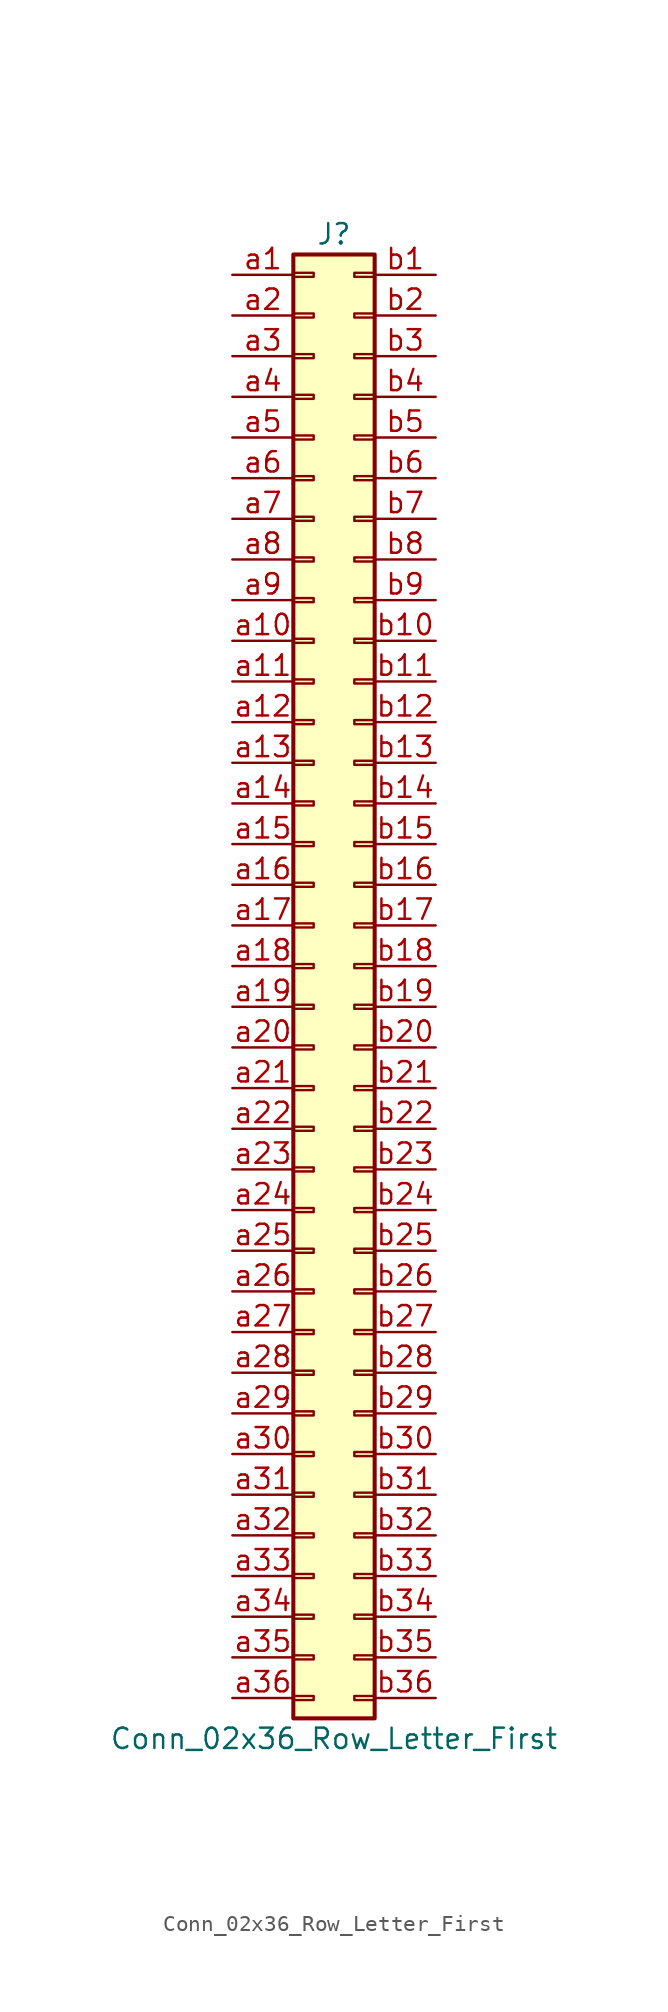
<source format=kicad_sym>
(kicad_symbol_lib
  (version 20201005)
  (generator kicad_symbol_editor)
  (symbol "Conn_02x36_Row_Letter_First"
    (pin_names
      (offset 1.016) hide)
    (property "Reference" "J"
      (at 1.27 45.72 0)
      (effects (font (size 1.27 1.27))))
    (property "Value" "Conn_02x36_Row_Letter_First"
      (at 1.27 -48.26 0)
      (effects (font (size 1.27 1.27))))
    (symbol "Conn_02x36_Row_Letter_First_1_1"
      (rectangle (start -1.27 -45.593) (end 0 -45.847) (stroke (width 0.152)) (fill (type none)))
      (rectangle (start -1.27 -43.053) (end 0 -43.307) (stroke (width 0.152)) (fill (type none)))
      (rectangle (start -1.27 -40.513) (end 0 -40.767) (stroke (width 0.152)) (fill (type none)))
      (rectangle (start -1.27 -37.973) (end 0 -38.227) (stroke (width 0.152)) (fill (type none)))
      (rectangle (start -1.27 -35.433) (end 0 -35.687) (stroke (width 0.152)) (fill (type none)))
      (rectangle (start -1.27 -32.893) (end 0 -33.147) (stroke (width 0.152)) (fill (type none)))
      (rectangle (start -1.27 -30.353) (end 0 -30.607) (stroke (width 0.152)) (fill (type none)))
      (rectangle (start -1.27 -27.813) (end 0 -28.067) (stroke (width 0.152)) (fill (type none)))
      (rectangle (start -1.27 -25.273) (end 0 -25.527) (stroke (width 0.152)) (fill (type none)))
      (rectangle (start -1.27 -22.733) (end 0 -22.987) (stroke (width 0.152)) (fill (type none)))
      (rectangle (start -1.27 -20.193) (end 0 -20.447) (stroke (width 0.152)) (fill (type none)))
      (rectangle (start -1.27 -17.653) (end 0 -17.907) (stroke (width 0.152)) (fill (type none)))
      (rectangle (start -1.27 -15.113) (end 0 -15.367) (stroke (width 0.152)) (fill (type none)))
      (rectangle (start -1.27 -12.573) (end 0 -12.827) (stroke (width 0.152)) (fill (type none)))
      (rectangle (start -1.27 -10.033) (end 0 -10.287) (stroke (width 0.152)) (fill (type none)))
      (rectangle (start -1.27 -7.493) (end 0 -7.747) (stroke (width 0.152)) (fill (type none)))
      (rectangle (start -1.27 -4.953) (end 0 -5.207) (stroke (width 0.152)) (fill (type none)))
      (rectangle (start -1.27 -2.413) (end 0 -2.667) (stroke (width 0.152)) (fill (type none)))
      (rectangle (start -1.27 0.127) (end 0 -0.127) (stroke (width 0.152)) (fill (type none)))
      (rectangle (start -1.27 2.667) (end 0 2.413) (stroke (width 0.152)) (fill (type none)))
      (rectangle (start -1.27 5.207) (end 0 4.953) (stroke (width 0.152)) (fill (type none)))
      (rectangle (start -1.27 7.747) (end 0 7.493) (stroke (width 0.152)) (fill (type none)))
      (rectangle (start -1.27 10.287) (end 0 10.033) (stroke (width 0.152)) (fill (type none)))
      (rectangle (start -1.27 12.827) (end 0 12.573) (stroke (width 0.152)) (fill (type none)))
      (rectangle (start -1.27 15.367) (end 0 15.113) (stroke (width 0.152)) (fill (type none)))
      (rectangle (start -1.27 17.907) (end 0 17.653) (stroke (width 0.152)) (fill (type none)))
      (rectangle (start -1.27 20.447) (end 0 20.193) (stroke (width 0.152)) (fill (type none)))
      (rectangle (start -1.27 22.987) (end 0 22.733) (stroke (width 0.152)) (fill (type none)))
      (rectangle (start -1.27 25.527) (end 0 25.273) (stroke (width 0.152)) (fill (type none)))
      (rectangle (start -1.27 28.067) (end 0 27.813) (stroke (width 0.152)) (fill (type none)))
      (rectangle (start -1.27 30.607) (end 0 30.353) (stroke (width 0.152)) (fill (type none)))
      (rectangle (start -1.27 33.147) (end 0 32.893) (stroke (width 0.152)) (fill (type none)))
      (rectangle (start -1.27 35.687) (end 0 35.433) (stroke (width 0.152)) (fill (type none)))
      (rectangle (start -1.27 38.227) (end 0 37.973) (stroke (width 0.152)) (fill (type none)))
      (rectangle (start -1.27 40.767) (end 0 40.513) (stroke (width 0.152)) (fill (type none)))
      (rectangle (start -1.27 43.307) (end 0 43.053) (stroke (width 0.152)) (fill (type none)))
      (rectangle (start 3.81 -45.593) (end 2.54 -45.847) (stroke (width 0.152)) (fill (type none)))
      (rectangle (start 3.81 -43.053) (end 2.54 -43.307) (stroke (width 0.152)) (fill (type none)))
      (rectangle (start 3.81 -40.513) (end 2.54 -40.767) (stroke (width 0.152)) (fill (type none)))
      (rectangle (start 3.81 -37.973) (end 2.54 -38.227) (stroke (width 0.152)) (fill (type none)))
      (rectangle (start 3.81 -35.433) (end 2.54 -35.687) (stroke (width 0.152)) (fill (type none)))
      (rectangle (start 3.81 -32.893) (end 2.54 -33.147) (stroke (width 0.152)) (fill (type none)))
      (rectangle (start 3.81 -30.353) (end 2.54 -30.607) (stroke (width 0.152)) (fill (type none)))
      (rectangle (start 3.81 -27.813) (end 2.54 -28.067) (stroke (width 0.152)) (fill (type none)))
      (rectangle (start 3.81 -25.273) (end 2.54 -25.527) (stroke (width 0.152)) (fill (type none)))
      (rectangle (start 3.81 -22.733) (end 2.54 -22.987) (stroke (width 0.152)) (fill (type none)))
      (rectangle (start 3.81 -20.193) (end 2.54 -20.447) (stroke (width 0.152)) (fill (type none)))
      (rectangle (start 3.81 -17.653) (end 2.54 -17.907) (stroke (width 0.152)) (fill (type none)))
      (rectangle (start 3.81 -15.113) (end 2.54 -15.367) (stroke (width 0.152)) (fill (type none)))
      (rectangle (start 3.81 -12.573) (end 2.54 -12.827) (stroke (width 0.152)) (fill (type none)))
      (rectangle (start 3.81 -10.033) (end 2.54 -10.287) (stroke (width 0.152)) (fill (type none)))
      (rectangle (start 3.81 -7.493) (end 2.54 -7.747) (stroke (width 0.152)) (fill (type none)))
      (rectangle (start 3.81 -4.953) (end 2.54 -5.207) (stroke (width 0.152)) (fill (type none)))
      (rectangle (start 3.81 -2.413) (end 2.54 -2.667) (stroke (width 0.152)) (fill (type none)))
      (rectangle (start 3.81 0.127) (end 2.54 -0.127) (stroke (width 0.152)) (fill (type none)))
      (rectangle (start 3.81 2.667) (end 2.54 2.413) (stroke (width 0.152)) (fill (type none)))
      (rectangle (start 3.81 5.207) (end 2.54 4.953) (stroke (width 0.152)) (fill (type none)))
      (rectangle (start 3.81 7.747) (end 2.54 7.493) (stroke (width 0.152)) (fill (type none)))
      (rectangle (start 3.81 10.287) (end 2.54 10.033) (stroke (width 0.152)) (fill (type none)))
      (rectangle (start 3.81 12.827) (end 2.54 12.573) (stroke (width 0.152)) (fill (type none)))
      (rectangle (start 3.81 15.367) (end 2.54 15.113) (stroke (width 0.152)) (fill (type none)))
      (rectangle (start 3.81 17.907) (end 2.54 17.653) (stroke (width 0.152)) (fill (type none)))
      (rectangle (start 3.81 20.447) (end 2.54 20.193) (stroke (width 0.152)) (fill (type none)))
      (rectangle (start 3.81 22.987) (end 2.54 22.733) (stroke (width 0.152)) (fill (type none)))
      (rectangle (start 3.81 25.527) (end 2.54 25.273) (stroke (width 0.152)) (fill (type none)))
      (rectangle (start 3.81 28.067) (end 2.54 27.813) (stroke (width 0.152)) (fill (type none)))
      (rectangle (start 3.81 30.607) (end 2.54 30.353) (stroke (width 0.152)) (fill (type none)))
      (rectangle (start 3.81 33.147) (end 2.54 32.893) (stroke (width 0.152)) (fill (type none)))
      (rectangle (start 3.81 35.687) (end 2.54 35.433) (stroke (width 0.152)) (fill (type none)))
      (rectangle (start 3.81 38.227) (end 2.54 37.973) (stroke (width 0.152)) (fill (type none)))
      (rectangle (start 3.81 40.767) (end 2.54 40.513) (stroke (width 0.152)) (fill (type none)))
      (rectangle (start 3.81 43.307) (end 2.54 43.053) (stroke (width 0.152)) (fill (type none)))
      (rectangle (start -1.27 44.45) (end 3.81 -46.99) (stroke (width 0.254)) (fill (type background)))
      (pin passive line (at -5.08 43.18 0) (length 3.81) (name "Pin_a1" (effects (font (size 1.27 1.27)))) (number "a1" (effects (font (size 1.27 1.27)))))
      (pin passive line (at -5.08 20.32 0) (length 3.81) (name "Pin_a10" (effects (font (size 1.27 1.27)))) (number "a10" (effects (font (size 1.27 1.27)))))
      (pin passive line (at -5.08 17.78 0) (length 3.81) (name "Pin_a11" (effects (font (size 1.27 1.27)))) (number "a11" (effects (font (size 1.27 1.27)))))
      (pin passive line (at -5.08 15.24 0) (length 3.81) (name "Pin_a12" (effects (font (size 1.27 1.27)))) (number "a12" (effects (font (size 1.27 1.27)))))
      (pin passive line (at -5.08 12.7 0) (length 3.81) (name "Pin_a13" (effects (font (size 1.27 1.27)))) (number "a13" (effects (font (size 1.27 1.27)))))
      (pin passive line (at -5.08 10.16 0) (length 3.81) (name "Pin_a14" (effects (font (size 1.27 1.27)))) (number "a14" (effects (font (size 1.27 1.27)))))
      (pin passive line (at -5.08 7.62 0) (length 3.81) (name "Pin_a15" (effects (font (size 1.27 1.27)))) (number "a15" (effects (font (size 1.27 1.27)))))
      (pin passive line (at -5.08 5.08 0) (length 3.81) (name "Pin_a16" (effects (font (size 1.27 1.27)))) (number "a16" (effects (font (size 1.27 1.27)))))
      (pin passive line (at -5.08 2.54 0) (length 3.81) (name "Pin_a17" (effects (font (size 1.27 1.27)))) (number "a17" (effects (font (size 1.27 1.27)))))
      (pin passive line (at -5.08 0 0) (length 3.81) (name "Pin_a18" (effects (font (size 1.27 1.27)))) (number "a18" (effects (font (size 1.27 1.27)))))
      (pin passive line (at -5.08 -2.54 0) (length 3.81) (name "Pin_a19" (effects (font (size 1.27 1.27)))) (number "a19" (effects (font (size 1.27 1.27)))))
      (pin passive line (at -5.08 40.64 0) (length 3.81) (name "Pin_a2" (effects (font (size 1.27 1.27)))) (number "a2" (effects (font (size 1.27 1.27)))))
      (pin passive line (at -5.08 -5.08 0) (length 3.81) (name "Pin_a20" (effects (font (size 1.27 1.27)))) (number "a20" (effects (font (size 1.27 1.27)))))
      (pin passive line (at -5.08 -7.62 0) (length 3.81) (name "Pin_a21" (effects (font (size 1.27 1.27)))) (number "a21" (effects (font (size 1.27 1.27)))))
      (pin passive line (at -5.08 -10.16 0) (length 3.81) (name "Pin_a22" (effects (font (size 1.27 1.27)))) (number "a22" (effects (font (size 1.27 1.27)))))
      (pin passive line (at -5.08 -12.7 0) (length 3.81) (name "Pin_a23" (effects (font (size 1.27 1.27)))) (number "a23" (effects (font (size 1.27 1.27)))))
      (pin passive line (at -5.08 -15.24 0) (length 3.81) (name "Pin_a24" (effects (font (size 1.27 1.27)))) (number "a24" (effects (font (size 1.27 1.27)))))
      (pin passive line (at -5.08 -17.78 0) (length 3.81) (name "Pin_a25" (effects (font (size 1.27 1.27)))) (number "a25" (effects (font (size 1.27 1.27)))))
      (pin passive line (at -5.08 -20.32 0) (length 3.81) (name "Pin_a26" (effects (font (size 1.27 1.27)))) (number "a26" (effects (font (size 1.27 1.27)))))
      (pin passive line (at -5.08 -22.86 0) (length 3.81) (name "Pin_a27" (effects (font (size 1.27 1.27)))) (number "a27" (effects (font (size 1.27 1.27)))))
      (pin passive line (at -5.08 -25.4 0) (length 3.81) (name "Pin_a28" (effects (font (size 1.27 1.27)))) (number "a28" (effects (font (size 1.27 1.27)))))
      (pin passive line (at -5.08 -27.94 0) (length 3.81) (name "Pin_a29" (effects (font (size 1.27 1.27)))) (number "a29" (effects (font (size 1.27 1.27)))))
      (pin passive line (at -5.08 38.1 0) (length 3.81) (name "Pin_a3" (effects (font (size 1.27 1.27)))) (number "a3" (effects (font (size 1.27 1.27)))))
      (pin passive line (at -5.08 -30.48 0) (length 3.81) (name "Pin_a30" (effects (font (size 1.27 1.27)))) (number "a30" (effects (font (size 1.27 1.27)))))
      (pin passive line (at -5.08 -33.02 0) (length 3.81) (name "Pin_a31" (effects (font (size 1.27 1.27)))) (number "a31" (effects (font (size 1.27 1.27)))))
      (pin passive line (at -5.08 -35.56 0) (length 3.81) (name "Pin_a32" (effects (font (size 1.27 1.27)))) (number "a32" (effects (font (size 1.27 1.27)))))
      (pin passive line (at -5.08 -38.1 0) (length 3.81) (name "Pin_a33" (effects (font (size 1.27 1.27)))) (number "a33" (effects (font (size 1.27 1.27)))))
      (pin passive line (at -5.08 -40.64 0) (length 3.81) (name "Pin_a34" (effects (font (size 1.27 1.27)))) (number "a34" (effects (font (size 1.27 1.27)))))
      (pin passive line (at -5.08 -43.18 0) (length 3.81) (name "Pin_a35" (effects (font (size 1.27 1.27)))) (number "a35" (effects (font (size 1.27 1.27)))))
      (pin passive line (at -5.08 -45.72 0) (length 3.81) (name "Pin_a36" (effects (font (size 1.27 1.27)))) (number "a36" (effects (font (size 1.27 1.27)))))
      (pin passive line (at -5.08 35.56 0) (length 3.81) (name "Pin_a4" (effects (font (size 1.27 1.27)))) (number "a4" (effects (font (size 1.27 1.27)))))
      (pin passive line (at -5.08 33.02 0) (length 3.81) (name "Pin_a5" (effects (font (size 1.27 1.27)))) (number "a5" (effects (font (size 1.27 1.27)))))
      (pin passive line (at -5.08 30.48 0) (length 3.81) (name "Pin_a6" (effects (font (size 1.27 1.27)))) (number "a6" (effects (font (size 1.27 1.27)))))
      (pin passive line (at -5.08 27.94 0) (length 3.81) (name "Pin_a7" (effects (font (size 1.27 1.27)))) (number "a7" (effects (font (size 1.27 1.27)))))
      (pin passive line (at -5.08 25.4 0) (length 3.81) (name "Pin_a8" (effects (font (size 1.27 1.27)))) (number "a8" (effects (font (size 1.27 1.27)))))
      (pin passive line (at -5.08 22.86 0) (length 3.81) (name "Pin_a9" (effects (font (size 1.27 1.27)))) (number "a9" (effects (font (size 1.27 1.27)))))
      (pin passive line (at 7.62 43.18 180) (length 3.81) (name "Pin_b1" (effects (font (size 1.27 1.27)))) (number "b1" (effects (font (size 1.27 1.27)))))
      (pin passive line (at 7.62 20.32 180) (length 3.81) (name "Pin_b10" (effects (font (size 1.27 1.27)))) (number "b10" (effects (font (size 1.27 1.27)))))
      (pin passive line (at 7.62 17.78 180) (length 3.81) (name "Pin_b11" (effects (font (size 1.27 1.27)))) (number "b11" (effects (font (size 1.27 1.27)))))
      (pin passive line (at 7.62 15.24 180) (length 3.81) (name "Pin_b12" (effects (font (size 1.27 1.27)))) (number "b12" (effects (font (size 1.27 1.27)))))
      (pin passive line (at 7.62 12.7 180) (length 3.81) (name "Pin_b13" (effects (font (size 1.27 1.27)))) (number "b13" (effects (font (size 1.27 1.27)))))
      (pin passive line (at 7.62 10.16 180) (length 3.81) (name "Pin_b14" (effects (font (size 1.27 1.27)))) (number "b14" (effects (font (size 1.27 1.27)))))
      (pin passive line (at 7.62 7.62 180) (length 3.81) (name "Pin_b15" (effects (font (size 1.27 1.27)))) (number "b15" (effects (font (size 1.27 1.27)))))
      (pin passive line (at 7.62 5.08 180) (length 3.81) (name "Pin_b16" (effects (font (size 1.27 1.27)))) (number "b16" (effects (font (size 1.27 1.27)))))
      (pin passive line (at 7.62 2.54 180) (length 3.81) (name "Pin_b17" (effects (font (size 1.27 1.27)))) (number "b17" (effects (font (size 1.27 1.27)))))
      (pin passive line (at 7.62 0 180) (length 3.81) (name "Pin_b18" (effects (font (size 1.27 1.27)))) (number "b18" (effects (font (size 1.27 1.27)))))
      (pin passive line (at 7.62 -2.54 180) (length 3.81) (name "Pin_b19" (effects (font (size 1.27 1.27)))) (number "b19" (effects (font (size 1.27 1.27)))))
      (pin passive line (at 7.62 40.64 180) (length 3.81) (name "Pin_b2" (effects (font (size 1.27 1.27)))) (number "b2" (effects (font (size 1.27 1.27)))))
      (pin passive line (at 7.62 -5.08 180) (length 3.81) (name "Pin_b20" (effects (font (size 1.27 1.27)))) (number "b20" (effects (font (size 1.27 1.27)))))
      (pin passive line (at 7.62 -7.62 180) (length 3.81) (name "Pin_b21" (effects (font (size 1.27 1.27)))) (number "b21" (effects (font (size 1.27 1.27)))))
      (pin passive line (at 7.62 -10.16 180) (length 3.81) (name "Pin_b22" (effects (font (size 1.27 1.27)))) (number "b22" (effects (font (size 1.27 1.27)))))
      (pin passive line (at 7.62 -12.7 180) (length 3.81) (name "Pin_b23" (effects (font (size 1.27 1.27)))) (number "b23" (effects (font (size 1.27 1.27)))))
      (pin passive line (at 7.62 -15.24 180) (length 3.81) (name "Pin_b24" (effects (font (size 1.27 1.27)))) (number "b24" (effects (font (size 1.27 1.27)))))
      (pin passive line (at 7.62 -17.78 180) (length 3.81) (name "Pin_b25" (effects (font (size 1.27 1.27)))) (number "b25" (effects (font (size 1.27 1.27)))))
      (pin passive line (at 7.62 -20.32 180) (length 3.81) (name "Pin_b26" (effects (font (size 1.27 1.27)))) (number "b26" (effects (font (size 1.27 1.27)))))
      (pin passive line (at 7.62 -22.86 180) (length 3.81) (name "Pin_b27" (effects (font (size 1.27 1.27)))) (number "b27" (effects (font (size 1.27 1.27)))))
      (pin passive line (at 7.62 -25.4 180) (length 3.81) (name "Pin_b28" (effects (font (size 1.27 1.27)))) (number "b28" (effects (font (size 1.27 1.27)))))
      (pin passive line (at 7.62 -27.94 180) (length 3.81) (name "Pin_b29" (effects (font (size 1.27 1.27)))) (number "b29" (effects (font (size 1.27 1.27)))))
      (pin passive line (at 7.62 38.1 180) (length 3.81) (name "Pin_b3" (effects (font (size 1.27 1.27)))) (number "b3" (effects (font (size 1.27 1.27)))))
      (pin passive line (at 7.62 -30.48 180) (length 3.81) (name "Pin_b30" (effects (font (size 1.27 1.27)))) (number "b30" (effects (font (size 1.27 1.27)))))
      (pin passive line (at 7.62 -33.02 180) (length 3.81) (name "Pin_b31" (effects (font (size 1.27 1.27)))) (number "b31" (effects (font (size 1.27 1.27)))))
      (pin passive line (at 7.62 -35.56 180) (length 3.81) (name "Pin_b32" (effects (font (size 1.27 1.27)))) (number "b32" (effects (font (size 1.27 1.27)))))
      (pin passive line (at 7.62 -38.1 180) (length 3.81) (name "Pin_b33" (effects (font (size 1.27 1.27)))) (number "b33" (effects (font (size 1.27 1.27)))))
      (pin passive line (at 7.62 -40.64 180) (length 3.81) (name "Pin_b34" (effects (font (size 1.27 1.27)))) (number "b34" (effects (font (size 1.27 1.27)))))
      (pin passive line (at 7.62 -43.18 180) (length 3.81) (name "Pin_b35" (effects (font (size 1.27 1.27)))) (number "b35" (effects (font (size 1.27 1.27)))))
      (pin passive line (at 7.62 -45.72 180) (length 3.81) (name "Pin_b36" (effects (font (size 1.27 1.27)))) (number "b36" (effects (font (size 1.27 1.27)))))
      (pin passive line (at 7.62 35.56 180) (length 3.81) (name "Pin_b4" (effects (font (size 1.27 1.27)))) (number "b4" (effects (font (size 1.27 1.27)))))
      (pin passive line (at 7.62 33.02 180) (length 3.81) (name "Pin_b5" (effects (font (size 1.27 1.27)))) (number "b5" (effects (font (size 1.27 1.27)))))
      (pin passive line (at 7.62 30.48 180) (length 3.81) (name "Pin_b6" (effects (font (size 1.27 1.27)))) (number "b6" (effects (font (size 1.27 1.27)))))
      (pin passive line (at 7.62 27.94 180) (length 3.81) (name "Pin_b7" (effects (font (size 1.27 1.27)))) (number "b7" (effects (font (size 1.27 1.27)))))
      (pin passive line (at 7.62 25.4 180) (length 3.81) (name "Pin_b8" (effects (font (size 1.27 1.27)))) (number "b8" (effects (font (size 1.27 1.27)))))
      (pin passive line (at 7.62 22.86 180) (length 3.81) (name "Pin_b9" (effects (font (size 1.27 1.27)))) (number "b9" (effects (font (size 1.27 1.27))))))))
</source>
